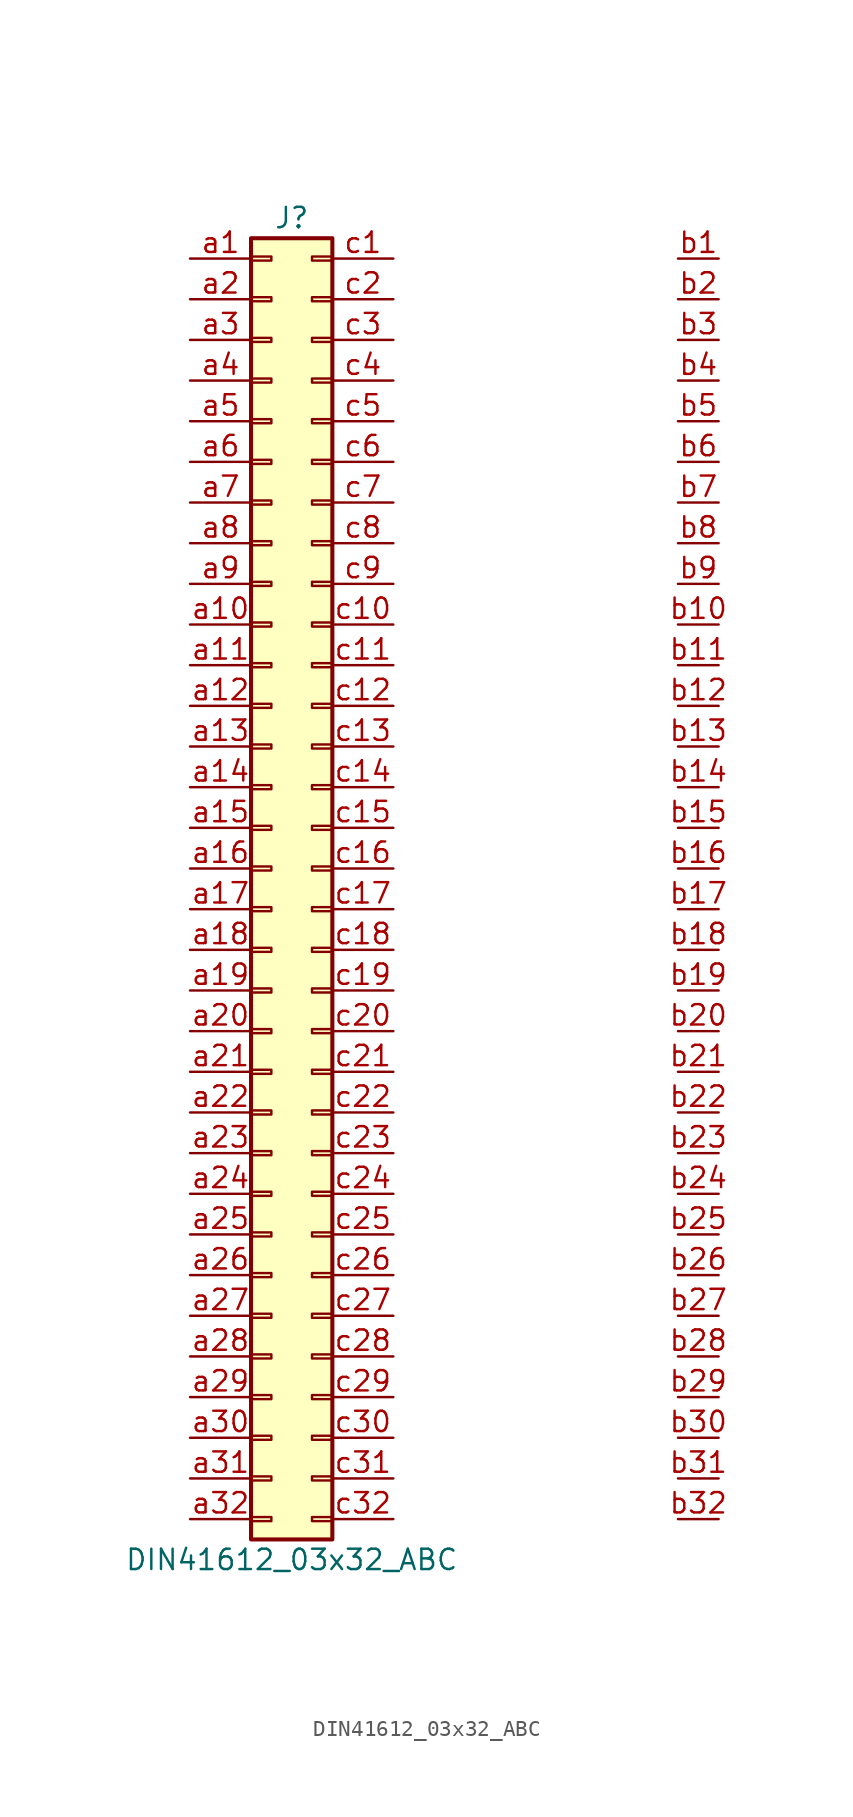
<source format=kicad_sym>
(kicad_symbol_lib
  (version 20231120)
  (generator "kicad_symbol_editor")
  (generator_version "8.0")
  (symbol "DIN41612_03x32_ABC"
    (pin_names
      (offset 1.016) hide)
    (property "Reference" "J"
      (at 1.27 40.64 0)
      (effects (font (size 1.27 1.27))))
    (property "Value" "DIN41612_03x32_ABC"
      (at 1.27 -43.18 0)
      (effects (font (size 1.27 1.27))))
    (symbol "DIN41612_03x32_ABC_1_1"
      (rectangle (start -1.27 -40.513) (end 0 -40.767) (stroke (width 0.152) (type default)) (fill (type none)))
      (rectangle (start -1.27 -37.973) (end 0 -38.227) (stroke (width 0.152) (type default)) (fill (type none)))
      (rectangle (start -1.27 -35.433) (end 0 -35.687) (stroke (width 0.152) (type default)) (fill (type none)))
      (rectangle (start -1.27 -32.893) (end 0 -33.147) (stroke (width 0.152) (type default)) (fill (type none)))
      (rectangle (start -1.27 -30.353) (end 0 -30.607) (stroke (width 0.152) (type default)) (fill (type none)))
      (rectangle (start -1.27 -27.813) (end 0 -28.067) (stroke (width 0.152) (type default)) (fill (type none)))
      (rectangle (start -1.27 -25.273) (end 0 -25.527) (stroke (width 0.152) (type default)) (fill (type none)))
      (rectangle (start -1.27 -22.733) (end 0 -22.987) (stroke (width 0.152) (type default)) (fill (type none)))
      (rectangle (start -1.27 -20.193) (end 0 -20.447) (stroke (width 0.152) (type default)) (fill (type none)))
      (rectangle (start -1.27 -17.653) (end 0 -17.907) (stroke (width 0.152) (type default)) (fill (type none)))
      (rectangle (start -1.27 -15.113) (end 0 -15.367) (stroke (width 0.152) (type default)) (fill (type none)))
      (rectangle (start -1.27 -12.573) (end 0 -12.827) (stroke (width 0.152) (type default)) (fill (type none)))
      (rectangle (start -1.27 -10.033) (end 0 -10.287) (stroke (width 0.152) (type default)) (fill (type none)))
      (rectangle (start -1.27 -7.493) (end 0 -7.747) (stroke (width 0.152) (type default)) (fill (type none)))
      (rectangle (start -1.27 -4.953) (end 0 -5.207) (stroke (width 0.152) (type default)) (fill (type none)))
      (rectangle (start -1.27 -2.413) (end 0 -2.667) (stroke (width 0.152) (type default)) (fill (type none)))
      (rectangle (start -1.27 0.127) (end 0 -0.127) (stroke (width 0.152) (type default)) (fill (type none)))
      (rectangle (start -1.27 2.667) (end 0 2.413) (stroke (width 0.152) (type default)) (fill (type none)))
      (rectangle (start -1.27 5.207) (end 0 4.953) (stroke (width 0.152) (type default)) (fill (type none)))
      (rectangle (start -1.27 7.747) (end 0 7.493) (stroke (width 0.152) (type default)) (fill (type none)))
      (rectangle (start -1.27 10.287) (end 0 10.033) (stroke (width 0.152) (type default)) (fill (type none)))
      (rectangle (start -1.27 12.827) (end 0 12.573) (stroke (width 0.152) (type default)) (fill (type none)))
      (rectangle (start -1.27 15.367) (end 0 15.113) (stroke (width 0.152) (type default)) (fill (type none)))
      (rectangle (start -1.27 17.907) (end 0 17.653) (stroke (width 0.152) (type default)) (fill (type none)))
      (rectangle (start -1.27 20.447) (end 0 20.193) (stroke (width 0.152) (type default)) (fill (type none)))
      (rectangle (start -1.27 22.987) (end 0 22.733) (stroke (width 0.152) (type default)) (fill (type none)))
      (rectangle (start -1.27 25.527) (end 0 25.273) (stroke (width 0.152) (type default)) (fill (type none)))
      (rectangle (start -1.27 28.067) (end 0 27.813) (stroke (width 0.152) (type default)) (fill (type none)))
      (rectangle (start -1.27 30.607) (end 0 30.353) (stroke (width 0.152) (type default)) (fill (type none)))
      (rectangle (start -1.27 33.147) (end 0 32.893) (stroke (width 0.152) (type default)) (fill (type none)))
      (rectangle (start -1.27 35.687) (end 0 35.433) (stroke (width 0.152) (type default)) (fill (type none)))
      (rectangle (start -1.27 38.227) (end 0 37.973) (stroke (width 0.152) (type default)) (fill (type none)))
      (rectangle (start -1.27 39.37) (end 3.81 -41.91) (stroke (width 0.254) (type default)) (fill (type background)))
      (rectangle (start 3.81 -40.513) (end 2.54 -40.767) (stroke (width 0.152) (type default)) (fill (type none)))
      (rectangle (start 3.81 -37.973) (end 2.54 -38.227) (stroke (width 0.152) (type default)) (fill (type none)))
      (rectangle (start 3.81 -35.433) (end 2.54 -35.687) (stroke (width 0.152) (type default)) (fill (type none)))
      (rectangle (start 3.81 -32.893) (end 2.54 -33.147) (stroke (width 0.152) (type default)) (fill (type none)))
      (rectangle (start 3.81 -30.353) (end 2.54 -30.607) (stroke (width 0.152) (type default)) (fill (type none)))
      (rectangle (start 3.81 -27.813) (end 2.54 -28.067) (stroke (width 0.152) (type default)) (fill (type none)))
      (rectangle (start 3.81 -25.273) (end 2.54 -25.527) (stroke (width 0.152) (type default)) (fill (type none)))
      (rectangle (start 3.81 -22.733) (end 2.54 -22.987) (stroke (width 0.152) (type default)) (fill (type none)))
      (rectangle (start 3.81 -20.193) (end 2.54 -20.447) (stroke (width 0.152) (type default)) (fill (type none)))
      (rectangle (start 3.81 -17.653) (end 2.54 -17.907) (stroke (width 0.152) (type default)) (fill (type none)))
      (rectangle (start 3.81 -15.113) (end 2.54 -15.367) (stroke (width 0.152) (type default)) (fill (type none)))
      (rectangle (start 3.81 -12.573) (end 2.54 -12.827) (stroke (width 0.152) (type default)) (fill (type none)))
      (rectangle (start 3.81 -10.033) (end 2.54 -10.287) (stroke (width 0.152) (type default)) (fill (type none)))
      (rectangle (start 3.81 -7.493) (end 2.54 -7.747) (stroke (width 0.152) (type default)) (fill (type none)))
      (rectangle (start 3.81 -4.953) (end 2.54 -5.207) (stroke (width 0.152) (type default)) (fill (type none)))
      (rectangle (start 3.81 -2.413) (end 2.54 -2.667) (stroke (width 0.152) (type default)) (fill (type none)))
      (rectangle (start 3.81 0.127) (end 2.54 -0.127) (stroke (width 0.152) (type default)) (fill (type none)))
      (rectangle (start 3.81 2.667) (end 2.54 2.413) (stroke (width 0.152) (type default)) (fill (type none)))
      (rectangle (start 3.81 5.207) (end 2.54 4.953) (stroke (width 0.152) (type default)) (fill (type none)))
      (rectangle (start 3.81 7.747) (end 2.54 7.493) (stroke (width 0.152) (type default)) (fill (type none)))
      (rectangle (start 3.81 10.287) (end 2.54 10.033) (stroke (width 0.152) (type default)) (fill (type none)))
      (rectangle (start 3.81 12.827) (end 2.54 12.573) (stroke (width 0.152) (type default)) (fill (type none)))
      (rectangle (start 3.81 15.367) (end 2.54 15.113) (stroke (width 0.152) (type default)) (fill (type none)))
      (rectangle (start 3.81 17.907) (end 2.54 17.653) (stroke (width 0.152) (type default)) (fill (type none)))
      (rectangle (start 3.81 20.447) (end 2.54 20.193) (stroke (width 0.152) (type default)) (fill (type none)))
      (rectangle (start 3.81 22.987) (end 2.54 22.733) (stroke (width 0.152) (type default)) (fill (type none)))
      (rectangle (start 3.81 25.527) (end 2.54 25.273) (stroke (width 0.152) (type default)) (fill (type none)))
      (rectangle (start 3.81 28.067) (end 2.54 27.813) (stroke (width 0.152) (type default)) (fill (type none)))
      (rectangle (start 3.81 30.607) (end 2.54 30.353) (stroke (width 0.152) (type default)) (fill (type none)))
      (rectangle (start 3.81 33.147) (end 2.54 32.893) (stroke (width 0.152) (type default)) (fill (type none)))
      (rectangle (start 3.81 35.687) (end 2.54 35.433) (stroke (width 0.152) (type default)) (fill (type none)))
      (rectangle (start 3.81 38.227) (end 2.54 37.973) (stroke (width 0.152) (type default)) (fill (type none)))
      (pin passive line (at -5.08 38.1 0) (length 3.81) (name "Pin_a1" (effects (font (size 1.27 1.27)))) (number "a1" (effects (font (size 1.27 1.27)))))
      (pin passive line (at -5.08 15.24 0) (length 3.81) (name "Pin_a10" (effects (font (size 1.27 1.27)))) (number "a10" (effects (font (size 1.27 1.27)))))
      (pin passive line (at -5.08 12.7 0) (length 3.81) (name "Pin_a11" (effects (font (size 1.27 1.27)))) (number "a11" (effects (font (size 1.27 1.27)))))
      (pin passive line (at -5.08 10.16 0) (length 3.81) (name "Pin_a12" (effects (font (size 1.27 1.27)))) (number "a12" (effects (font (size 1.27 1.27)))))
      (pin passive line (at -5.08 7.62 0) (length 3.81) (name "Pin_a13" (effects (font (size 1.27 1.27)))) (number "a13" (effects (font (size 1.27 1.27)))))
      (pin passive line (at -5.08 5.08 0) (length 3.81) (name "Pin_a14" (effects (font (size 1.27 1.27)))) (number "a14" (effects (font (size 1.27 1.27)))))
      (pin passive line (at -5.08 2.54 0) (length 3.81) (name "Pin_a15" (effects (font (size 1.27 1.27)))) (number "a15" (effects (font (size 1.27 1.27)))))
      (pin passive line (at -5.08 0 0) (length 3.81) (name "Pin_a16" (effects (font (size 1.27 1.27)))) (number "a16" (effects (font (size 1.27 1.27)))))
      (pin passive line (at -5.08 -2.54 0) (length 3.81) (name "Pin_a17" (effects (font (size 1.27 1.27)))) (number "a17" (effects (font (size 1.27 1.27)))))
      (pin passive line (at -5.08 -5.08 0) (length 3.81) (name "Pin_a18" (effects (font (size 1.27 1.27)))) (number "a18" (effects (font (size 1.27 1.27)))))
      (pin passive line (at -5.08 -7.62 0) (length 3.81) (name "Pin_a19" (effects (font (size 1.27 1.27)))) (number "a19" (effects (font (size 1.27 1.27)))))
      (pin passive line (at -5.08 35.56 0) (length 3.81) (name "Pin_a2" (effects (font (size 1.27 1.27)))) (number "a2" (effects (font (size 1.27 1.27)))))
      (pin passive line (at -5.08 -10.16 0) (length 3.81) (name "Pin_a20" (effects (font (size 1.27 1.27)))) (number "a20" (effects (font (size 1.27 1.27)))))
      (pin passive line (at -5.08 -12.7 0) (length 3.81) (name "Pin_a21" (effects (font (size 1.27 1.27)))) (number "a21" (effects (font (size 1.27 1.27)))))
      (pin passive line (at -5.08 -15.24 0) (length 3.81) (name "Pin_a22" (effects (font (size 1.27 1.27)))) (number "a22" (effects (font (size 1.27 1.27)))))
      (pin passive line (at -5.08 -17.78 0) (length 3.81) (name "Pin_a23" (effects (font (size 1.27 1.27)))) (number "a23" (effects (font (size 1.27 1.27)))))
      (pin passive line (at -5.08 -20.32 0) (length 3.81) (name "Pin_a24" (effects (font (size 1.27 1.27)))) (number "a24" (effects (font (size 1.27 1.27)))))
      (pin passive line (at -5.08 -22.86 0) (length 3.81) (name "Pin_a25" (effects (font (size 1.27 1.27)))) (number "a25" (effects (font (size 1.27 1.27)))))
      (pin passive line (at -5.08 -25.4 0) (length 3.81) (name "Pin_a26" (effects (font (size 1.27 1.27)))) (number "a26" (effects (font (size 1.27 1.27)))))
      (pin passive line (at -5.08 -27.94 0) (length 3.81) (name "Pin_a27" (effects (font (size 1.27 1.27)))) (number "a27" (effects (font (size 1.27 1.27)))))
      (pin passive line (at -5.08 -30.48 0) (length 3.81) (name "Pin_a28" (effects (font (size 1.27 1.27)))) (number "a28" (effects (font (size 1.27 1.27)))))
      (pin passive line (at -5.08 -33.02 0) (length 3.81) (name "Pin_a29" (effects (font (size 1.27 1.27)))) (number "a29" (effects (font (size 1.27 1.27)))))
      (pin passive line (at -5.08 33.02 0) (length 3.81) (name "Pin_a3" (effects (font (size 1.27 1.27)))) (number "a3" (effects (font (size 1.27 1.27)))))
      (pin passive line (at -5.08 -35.56 0) (length 3.81) (name "Pin_a30" (effects (font (size 1.27 1.27)))) (number "a30" (effects (font (size 1.27 1.27)))))
      (pin passive line (at -5.08 -38.1 0) (length 3.81) (name "Pin_a31" (effects (font (size 1.27 1.27)))) (number "a31" (effects (font (size 1.27 1.27)))))
      (pin passive line (at -5.08 -40.64 0) (length 3.81) (name "Pin_a32" (effects (font (size 1.27 1.27)))) (number "a32" (effects (font (size 1.27 1.27)))))
      (pin passive line (at -5.08 30.48 0) (length 3.81) (name "Pin_a4" (effects (font (size 1.27 1.27)))) (number "a4" (effects (font (size 1.27 1.27)))))
      (pin passive line (at -5.08 27.94 0) (length 3.81) (name "Pin_a5" (effects (font (size 1.27 1.27)))) (number "a5" (effects (font (size 1.27 1.27)))))
      (pin passive line (at -5.08 25.4 0) (length 3.81) (name "Pin_a6" (effects (font (size 1.27 1.27)))) (number "a6" (effects (font (size 1.27 1.27)))))
      (pin passive line (at -5.08 22.86 0) (length 3.81) (name "Pin_a7" (effects (font (size 1.27 1.27)))) (number "a7" (effects (font (size 1.27 1.27)))))
      (pin passive line (at -5.08 20.32 0) (length 3.81) (name "Pin_a8" (effects (font (size 1.27 1.27)))) (number "a8" (effects (font (size 1.27 1.27)))))
      (pin passive line (at -5.08 17.78 0) (length 3.81) (name "Pin_a9" (effects (font (size 1.27 1.27)))) (number "a9" (effects (font (size 1.27 1.27)))))
      (pin passive line (at 27.94 38.1 180) (length 2.54) (name "Pin_b1" (effects (font (size 1.27 1.27)))) (number "b1" (effects (font (size 1.27 1.27)))))
      (pin passive line (at 27.94 15.24 180) (length 2.54) (name "Pin_b10" (effects (font (size 1.27 1.27)))) (number "b10" (effects (font (size 1.27 1.27)))))
      (pin passive line (at 27.94 12.7 180) (length 2.54) (name "Pin_b11" (effects (font (size 1.27 1.27)))) (number "b11" (effects (font (size 1.27 1.27)))))
      (pin passive line (at 27.94 10.16 180) (length 2.54) (name "Pin_b12" (effects (font (size 1.27 1.27)))) (number "b12" (effects (font (size 1.27 1.27)))))
      (pin passive line (at 27.94 7.62 180) (length 2.54) (name "Pin_b13" (effects (font (size 1.27 1.27)))) (number "b13" (effects (font (size 1.27 1.27)))))
      (pin passive line (at 27.94 5.08 180) (length 2.54) (name "Pin_b14" (effects (font (size 1.27 1.27)))) (number "b14" (effects (font (size 1.27 1.27)))))
      (pin passive line (at 27.94 2.54 180) (length 2.54) (name "Pin_b15" (effects (font (size 1.27 1.27)))) (number "b15" (effects (font (size 1.27 1.27)))))
      (pin passive line (at 27.94 0 180) (length 2.54) (name "Pin_b16" (effects (font (size 1.27 1.27)))) (number "b16" (effects (font (size 1.27 1.27)))))
      (pin passive line (at 27.94 -2.54 180) (length 2.54) (name "Pin_b17" (effects (font (size 1.27 1.27)))) (number "b17" (effects (font (size 1.27 1.27)))))
      (pin passive line (at 27.94 -5.08 180) (length 2.54) (name "Pin_b18" (effects (font (size 1.27 1.27)))) (number "b18" (effects (font (size 1.27 1.27)))))
      (pin passive line (at 27.94 -7.62 180) (length 2.54) (name "Pin_b19" (effects (font (size 1.27 1.27)))) (number "b19" (effects (font (size 1.27 1.27)))))
      (pin passive line (at 27.94 35.56 180) (length 2.54) (name "Pin_b2" (effects (font (size 1.27 1.27)))) (number "b2" (effects (font (size 1.27 1.27)))))
      (pin passive line (at 27.94 -10.16 180) (length 2.54) (name "Pin_b20" (effects (font (size 1.27 1.27)))) (number "b20" (effects (font (size 1.27 1.27)))))
      (pin passive line (at 27.94 -12.7 180) (length 2.54) (name "Pin_b21" (effects (font (size 1.27 1.27)))) (number "b21" (effects (font (size 1.27 1.27)))))
      (pin passive line (at 27.94 -15.24 180) (length 2.54) (name "Pin_b22" (effects (font (size 1.27 1.27)))) (number "b22" (effects (font (size 1.27 1.27)))))
      (pin passive line (at 27.94 -17.78 180) (length 2.54) (name "Pin_b23" (effects (font (size 1.27 1.27)))) (number "b23" (effects (font (size 1.27 1.27)))))
      (pin passive line (at 27.94 -20.32 180) (length 2.54) (name "Pin_b24" (effects (font (size 1.27 1.27)))) (number "b24" (effects (font (size 1.27 1.27)))))
      (pin passive line (at 27.94 -22.86 180) (length 2.54) (name "Pin_b25" (effects (font (size 1.27 1.27)))) (number "b25" (effects (font (size 1.27 1.27)))))
      (pin passive line (at 27.94 -25.4 180) (length 2.54) (name "Pin_b26" (effects (font (size 1.27 1.27)))) (number "b26" (effects (font (size 1.27 1.27)))))
      (pin passive line (at 27.94 -27.94 180) (length 2.54) (name "Pin_b27" (effects (font (size 1.27 1.27)))) (number "b27" (effects (font (size 1.27 1.27)))))
      (pin passive line (at 27.94 -30.48 180) (length 2.54) (name "Pin_b28" (effects (font (size 1.27 1.27)))) (number "b28" (effects (font (size 1.27 1.27)))))
      (pin passive line (at 27.94 -33.02 180) (length 2.54) (name "Pin_b29" (effects (font (size 1.27 1.27)))) (number "b29" (effects (font (size 1.27 1.27)))))
      (pin passive line (at 27.94 33.02 180) (length 2.54) (name "Pin_b3" (effects (font (size 1.27 1.27)))) (number "b3" (effects (font (size 1.27 1.27)))))
      (pin passive line (at 27.94 -35.56 180) (length 2.54) (name "Pin_b30" (effects (font (size 1.27 1.27)))) (number "b30" (effects (font (size 1.27 1.27)))))
      (pin passive line (at 27.94 -38.1 180) (length 2.54) (name "Pin_b31" (effects (font (size 1.27 1.27)))) (number "b31" (effects (font (size 1.27 1.27)))))
      (pin passive line (at 27.94 -40.64 180) (length 2.54) (name "Pin_b32" (effects (font (size 1.27 1.27)))) (number "b32" (effects (font (size 1.27 1.27)))))
      (pin passive line (at 27.94 30.48 180) (length 2.54) (name "Pin_b4" (effects (font (size 1.27 1.27)))) (number "b4" (effects (font (size 1.27 1.27)))))
      (pin passive line (at 27.94 27.94 180) (length 2.54) (name "Pin_b5" (effects (font (size 1.27 1.27)))) (number "b5" (effects (font (size 1.27 1.27)))))
      (pin passive line (at 27.94 25.4 180) (length 2.54) (name "Pin_b6" (effects (font (size 1.27 1.27)))) (number "b6" (effects (font (size 1.27 1.27)))))
      (pin passive line (at 27.94 22.86 180) (length 2.54) (name "Pin_b7" (effects (font (size 1.27 1.27)))) (number "b7" (effects (font (size 1.27 1.27)))))
      (pin passive line (at 27.94 20.32 180) (length 2.54) (name "Pin_b8" (effects (font (size 1.27 1.27)))) (number "b8" (effects (font (size 1.27 1.27)))))
      (pin passive line (at 27.94 17.78 180) (length 2.54) (name "Pin_b9" (effects (font (size 1.27 1.27)))) (number "b9" (effects (font (size 1.27 1.27)))))
      (pin passive line (at 7.62 38.1 180) (length 3.81) (name "Pin_c1" (effects (font (size 1.27 1.27)))) (number "c1" (effects (font (size 1.27 1.27)))))
      (pin passive line (at 7.62 15.24 180) (length 3.81) (name "Pin_c10" (effects (font (size 1.27 1.27)))) (number "c10" (effects (font (size 1.27 1.27)))))
      (pin passive line (at 7.62 12.7 180) (length 3.81) (name "Pin_c11" (effects (font (size 1.27 1.27)))) (number "c11" (effects (font (size 1.27 1.27)))))
      (pin passive line (at 7.62 10.16 180) (length 3.81) (name "Pin_c12" (effects (font (size 1.27 1.27)))) (number "c12" (effects (font (size 1.27 1.27)))))
      (pin passive line (at 7.62 7.62 180) (length 3.81) (name "Pin_c13" (effects (font (size 1.27 1.27)))) (number "c13" (effects (font (size 1.27 1.27)))))
      (pin passive line (at 7.62 5.08 180) (length 3.81) (name "Pin_c14" (effects (font (size 1.27 1.27)))) (number "c14" (effects (font (size 1.27 1.27)))))
      (pin passive line (at 7.62 2.54 180) (length 3.81) (name "Pin_c15" (effects (font (size 1.27 1.27)))) (number "c15" (effects (font (size 1.27 1.27)))))
      (pin passive line (at 7.62 0 180) (length 3.81) (name "Pin_c16" (effects (font (size 1.27 1.27)))) (number "c16" (effects (font (size 1.27 1.27)))))
      (pin passive line (at 7.62 -2.54 180) (length 3.81) (name "Pin_c17" (effects (font (size 1.27 1.27)))) (number "c17" (effects (font (size 1.27 1.27)))))
      (pin passive line (at 7.62 -5.08 180) (length 3.81) (name "Pin_c18" (effects (font (size 1.27 1.27)))) (number "c18" (effects (font (size 1.27 1.27)))))
      (pin passive line (at 7.62 -7.62 180) (length 3.81) (name "Pin_c19" (effects (font (size 1.27 1.27)))) (number "c19" (effects (font (size 1.27 1.27)))))
      (pin passive line (at 7.62 35.56 180) (length 3.81) (name "Pin_c2" (effects (font (size 1.27 1.27)))) (number "c2" (effects (font (size 1.27 1.27)))))
      (pin passive line (at 7.62 -10.16 180) (length 3.81) (name "Pin_c20" (effects (font (size 1.27 1.27)))) (number "c20" (effects (font (size 1.27 1.27)))))
      (pin passive line (at 7.62 -12.7 180) (length 3.81) (name "Pin_c21" (effects (font (size 1.27 1.27)))) (number "c21" (effects (font (size 1.27 1.27)))))
      (pin passive line (at 7.62 -15.24 180) (length 3.81) (name "Pin_c22" (effects (font (size 1.27 1.27)))) (number "c22" (effects (font (size 1.27 1.27)))))
      (pin passive line (at 7.62 -17.78 180) (length 3.81) (name "Pin_c23" (effects (font (size 1.27 1.27)))) (number "c23" (effects (font (size 1.27 1.27)))))
      (pin passive line (at 7.62 -20.32 180) (length 3.81) (name "Pin_c24" (effects (font (size 1.27 1.27)))) (number "c24" (effects (font (size 1.27 1.27)))))
      (pin passive line (at 7.62 -22.86 180) (length 3.81) (name "Pin_c25" (effects (font (size 1.27 1.27)))) (number "c25" (effects (font (size 1.27 1.27)))))
      (pin passive line (at 7.62 -25.4 180) (length 3.81) (name "Pin_c26" (effects (font (size 1.27 1.27)))) (number "c26" (effects (font (size 1.27 1.27)))))
      (pin passive line (at 7.62 -27.94 180) (length 3.81) (name "Pin_c27" (effects (font (size 1.27 1.27)))) (number "c27" (effects (font (size 1.27 1.27)))))
      (pin passive line (at 7.62 -30.48 180) (length 3.81) (name "Pin_c28" (effects (font (size 1.27 1.27)))) (number "c28" (effects (font (size 1.27 1.27)))))
      (pin passive line (at 7.62 -33.02 180) (length 3.81) (name "Pin_c29" (effects (font (size 1.27 1.27)))) (number "c29" (effects (font (size 1.27 1.27)))))
      (pin passive line (at 7.62 33.02 180) (length 3.81) (name "Pin_c3" (effects (font (size 1.27 1.27)))) (number "c3" (effects (font (size 1.27 1.27)))))
      (pin passive line (at 7.62 -35.56 180) (length 3.81) (name "Pin_c30" (effects (font (size 1.27 1.27)))) (number "c30" (effects (font (size 1.27 1.27)))))
      (pin passive line (at 7.62 -38.1 180) (length 3.81) (name "Pin_c31" (effects (font (size 1.27 1.27)))) (number "c31" (effects (font (size 1.27 1.27)))))
      (pin passive line (at 7.62 -40.64 180) (length 3.81) (name "Pin_c32" (effects (font (size 1.27 1.27)))) (number "c32" (effects (font (size 1.27 1.27)))))
      (pin passive line (at 7.62 30.48 180) (length 3.81) (name "Pin_c4" (effects (font (size 1.27 1.27)))) (number "c4" (effects (font (size 1.27 1.27)))))
      (pin passive line (at 7.62 27.94 180) (length 3.81) (name "Pin_c5" (effects (font (size 1.27 1.27)))) (number "c5" (effects (font (size 1.27 1.27)))))
      (pin passive line (at 7.62 25.4 180) (length 3.81) (name "Pin_c6" (effects (font (size 1.27 1.27)))) (number "c6" (effects (font (size 1.27 1.27)))))
      (pin passive line (at 7.62 22.86 180) (length 3.81) (name "Pin_c7" (effects (font (size 1.27 1.27)))) (number "c7" (effects (font (size 1.27 1.27)))))
      (pin passive line (at 7.62 20.32 180) (length 3.81) (name "Pin_c8" (effects (font (size 1.27 1.27)))) (number "c8" (effects (font (size 1.27 1.27)))))
      (pin passive line (at 7.62 17.78 180) (length 3.81) (name "Pin_c9" (effects (font (size 1.27 1.27)))) (number "c9" (effects (font (size 1.27 1.27))))))))
</source>
